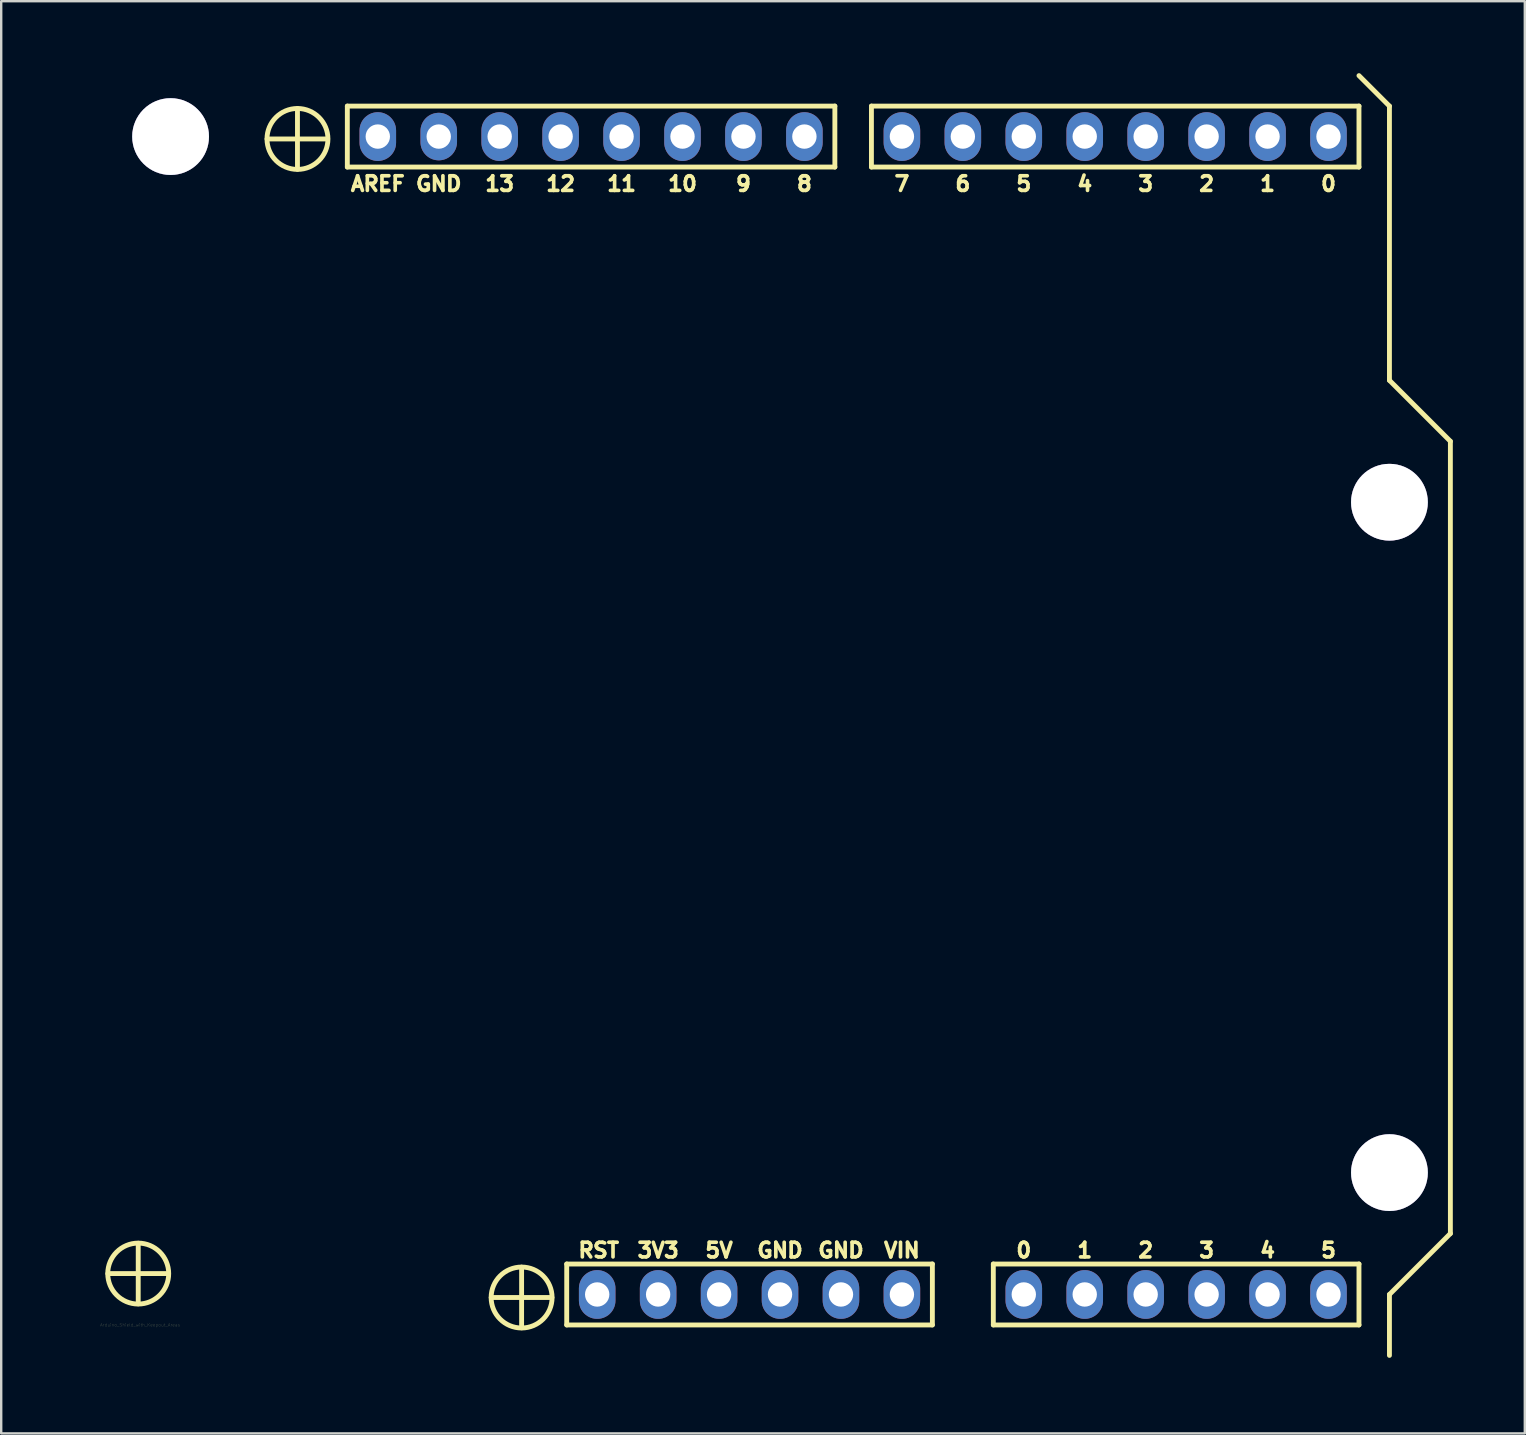
<source format=kicad_pcb>
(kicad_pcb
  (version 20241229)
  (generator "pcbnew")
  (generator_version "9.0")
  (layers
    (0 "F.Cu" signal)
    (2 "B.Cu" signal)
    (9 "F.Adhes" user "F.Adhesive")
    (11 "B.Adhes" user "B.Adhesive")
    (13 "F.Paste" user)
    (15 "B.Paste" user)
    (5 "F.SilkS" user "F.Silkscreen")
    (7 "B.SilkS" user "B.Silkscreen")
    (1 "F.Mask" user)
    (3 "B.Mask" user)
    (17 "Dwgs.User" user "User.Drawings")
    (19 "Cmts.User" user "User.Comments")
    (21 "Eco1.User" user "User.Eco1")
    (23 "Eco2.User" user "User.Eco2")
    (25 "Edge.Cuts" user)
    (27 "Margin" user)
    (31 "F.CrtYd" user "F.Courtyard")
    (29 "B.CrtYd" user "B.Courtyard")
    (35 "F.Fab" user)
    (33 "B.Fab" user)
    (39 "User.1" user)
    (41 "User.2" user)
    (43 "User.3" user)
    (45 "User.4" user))
  (footprint "Arduino_Shield_with_Keepout_Areas"
    (layer "F.Cu")
    (at 0.25 53.442)
    (property "Reference" "Arduino_Shield_with_Keepout_Areas" (at 2.54 -1.27 0) (layer "F.SilkS") (effects (font (size 0.127 0.127) (thickness 0.003))))
    (attr through_hole)
    (fp_line (start 2.461 -3.411) (end 1.196 -3.411) (stroke (width 0.203) (type solid)) (layer "F.SilkS"))
    (fp_line (start 2.461 -3.411) (end 2.461 -4.674) (stroke (width 0.203) (type solid)) (layer "F.SilkS"))
    (fp_line (start 2.461 -3.411) (end 2.461 -2.151) (stroke (width 0.203) (type solid)) (layer "F.SilkS"))
    (fp_line (start 2.461 -3.411) (end 3.721 -3.411) (stroke (width 0.203) (type solid)) (layer "F.SilkS"))
    (fp_line (start 9.098 -50.701) (end 7.831 -50.701) (stroke (width 0.203) (type solid)) (layer "F.SilkS"))
    (fp_line (start 9.098 -50.701) (end 9.098 -51.966) (stroke (width 0.203) (type solid)) (layer "F.SilkS"))
    (fp_line (start 9.098 -50.701) (end 9.098 -49.439) (stroke (width 0.203) (type solid)) (layer "F.SilkS"))
    (fp_line (start 9.098 -50.701) (end 10.356 -50.701) (stroke (width 0.203) (type solid)) (layer "F.SilkS"))
    (fp_line (start 11.176 -52.07) (end 11.176 -49.53) (stroke (width 0.203) (type solid)) (layer "F.SilkS"))
    (fp_line (start 11.176 -49.53) (end 31.496 -49.53) (stroke (width 0.203) (type solid)) (layer "F.SilkS"))
    (fp_line (start 18.44 -2.413) (end 17.173 -2.413) (stroke (width 0.203) (type solid)) (layer "F.SilkS"))
    (fp_line (start 18.44 -2.413) (end 18.44 -3.678) (stroke (width 0.203) (type solid)) (layer "F.SilkS"))
    (fp_line (start 18.44 -2.413) (end 18.44 -1.151) (stroke (width 0.203) (type solid)) (layer "F.SilkS"))
    (fp_line (start 18.44 -2.413) (end 19.703 -2.413) (stroke (width 0.203) (type solid)) (layer "F.SilkS"))
    (fp_line (start 20.32 -3.81) (end 20.32 -1.27) (stroke (width 0.203) (type solid)) (layer "F.SilkS"))
    (fp_line (start 20.32 -1.27) (end 35.56 -1.27) (stroke (width 0.203) (type solid)) (layer "F.SilkS"))
    (fp_line (start 31.496 -52.07) (end 11.176 -52.07) (stroke (width 0.203) (type solid)) (layer "F.SilkS"))
    (fp_line (start 31.496 -49.53) (end 31.496 -52.07) (stroke (width 0.203) (type solid)) (layer "F.SilkS"))
    (fp_line (start 33.02 -52.07) (end 33.02 -49.53) (stroke (width 0.203) (type solid)) (layer "F.SilkS"))
    (fp_line (start 33.02 -49.53) (end 53.34 -49.53) (stroke (width 0.203) (type solid)) (layer "F.SilkS"))
    (fp_line (start 35.56 -3.81) (end 20.32 -3.81) (stroke (width 0.203) (type solid)) (layer "F.SilkS"))
    (fp_line (start 35.56 -3.81) (end 35.56 -1.27) (stroke (width 0.203) (type solid)) (layer "F.SilkS"))
    (fp_line (start 38.1 -3.81) (end 53.34 -3.81) (stroke (width 0.203) (type solid)) (layer "F.SilkS"))
    (fp_line (start 38.1 -1.27) (end 38.1 -3.81) (stroke (width 0.203) (type solid)) (layer "F.SilkS"))
    (fp_line (start 53.34 -53.34) (end 54.61 -52.07) (stroke (width 0.203) (type solid)) (layer "F.SilkS"))
    (fp_line (start 53.34 -52.07) (end 33.02 -52.07) (stroke (width 0.203) (type solid)) (layer "F.SilkS"))
    (fp_line (start 53.34 -49.53) (end 53.34 -52.07) (stroke (width 0.203) (type solid)) (layer "F.SilkS"))
    (fp_line (start 53.34 -3.81) (end 53.34 -1.27) (stroke (width 0.203) (type solid)) (layer "F.SilkS"))
    (fp_line (start 53.34 -1.27) (end 38.1 -1.27) (stroke (width 0.203) (type solid)) (layer "F.SilkS"))
    (fp_line (start 54.61 -52.07) (end 54.61 -40.64) (stroke (width 0.203) (type solid)) (layer "F.SilkS"))
    (fp_line (start 54.61 -40.64) (end 57.15 -38.1) (stroke (width 0.203) (type solid)) (layer "F.SilkS"))
    (fp_line (start 54.61 -2.54) (end 54.61 0) (stroke (width 0.203) (type solid)) (layer "F.SilkS"))
    (fp_line (start 57.15 -5.08) (end 54.61 -2.54) (stroke (width 0.203) (type solid)) (layer "F.SilkS"))
    (fp_line (start 57.15 -5.08) (end 57.15 -38.1) (stroke (width 0.203) (type solid)) (layer "F.SilkS"))
    (fp_circle (center 2.461 -3.411) (end 3.731 -3.411) (stroke (width 0.203) (type solid)) (fill no) (layer "F.SilkS"))
    (fp_circle (center 9.098 -50.701) (end 10.368 -50.701) (stroke (width 0.203) (type solid)) (fill no) (layer "F.SilkS"))
    (fp_circle (center 18.44 -2.413) (end 19.71 -2.413) (stroke (width 0.203) (type solid)) (fill no) (layer "F.SilkS"))
    (fp_text user "8" (at 30.226 -48.831 0) (layer "F.SilkS") (effects (font (size 0.61 0.61) (thickness 0.152))))
    (fp_text user "2" (at 46.99 -48.831 0) (layer "F.SilkS") (effects (font (size 0.61 0.61) (thickness 0.152))))
    (fp_text user "4" (at 41.91 -48.831 0) (layer "F.SilkS") (effects (font (size 0.61 0.61) (thickness 0.152))))
    (fp_text user "1" (at 41.91 -4.381 0) (layer "F.SilkS") (effects (font (size 0.61 0.61) (thickness 0.152))))
    (fp_text user "11" (at 22.606 -48.831 0) (layer "F.SilkS") (effects (font (size 0.61 0.61) (thickness 0.152))))
    (fp_text user "3" (at 44.45 -48.831 0) (layer "F.SilkS") (effects (font (size 0.61 0.61) (thickness 0.152))))
    (fp_text user "5" (at 39.37 -48.831 0) (layer "F.SilkS") (effects (font (size 0.61 0.61) (thickness 0.152))))
    (fp_text user "10" (at 25.146 -48.831 0) (layer "F.SilkS") (effects (font (size 0.61 0.61) (thickness 0.152))))
    (fp_text user "VIN" (at 34.29 -4.381 0) (layer "F.SilkS") (effects (font (size 0.61 0.61) (thickness 0.152))))
    (fp_text user "5V" (at 26.67 -4.381 0) (layer "F.SilkS") (effects (font (size 0.61 0.61) (thickness 0.152))))
    (fp_text user "AREF" (at 12.446 -48.831 0) (layer "F.SilkS") (effects (font (size 0.61 0.61) (thickness 0.152))))
    (fp_text user "GND" (at 14.986 -48.831 0) (layer "F.SilkS") (effects (font (size 0.61 0.61) (thickness 0.152))))
    (fp_text user "9" (at 27.686 -48.831 0) (layer "F.SilkS") (effects (font (size 0.61 0.61) (thickness 0.152))))
    (fp_text user "7" (at 34.29 -48.831 0) (layer "F.SilkS") (effects (font (size 0.61 0.61) (thickness 0.152))))
    (fp_text user "4" (at 49.53 -4.381 0) (layer "F.SilkS") (effects (font (size 0.61 0.61) (thickness 0.152))))
    (fp_text user "0" (at 39.37 -4.381 0) (layer "F.SilkS") (effects (font (size 0.61 0.61) (thickness 0.152))))
    (fp_text user "5" (at 52.07 -4.381 0) (layer "F.SilkS") (effects (font (size 0.61 0.61) (thickness 0.152))))
    (fp_text user "1" (at 49.53 -48.831 0) (layer "F.SilkS") (effects (font (size 0.61 0.61) (thickness 0.152))))
    (fp_text user "GND" (at 31.75 -4.381 0) (layer "F.SilkS") (effects (font (size 0.61 0.61) (thickness 0.152))))
    (fp_text user "6" (at 36.83 -48.831 0) (layer "F.SilkS") (effects (font (size 0.61 0.61) (thickness 0.152))))
    (fp_text user "3V3" (at 24.13 -4.381 0) (layer "F.SilkS") (effects (font (size 0.61 0.61) (thickness 0.152))))
    (fp_text user "2" (at 44.45 -4.381 0) (layer "F.SilkS") (effects (font (size 0.61 0.61) (thickness 0.152))))
    (fp_text user "0" (at 52.07 -48.831 0) (layer "F.SilkS") (effects (font (size 0.61 0.61) (thickness 0.152))))
    (fp_text user "GND" (at 29.21 -4.381 0) (layer "F.SilkS") (effects (font (size 0.61 0.61) (thickness 0.152))))
    (fp_text user "12" (at 20.066 -48.831 0) (layer "F.SilkS") (effects (font (size 0.61 0.61) (thickness 0.152))))
    (fp_text user "RST" (at 21.654 -4.381 0) (layer "F.SilkS") (effects (font (size 0.61 0.61) (thickness 0.152))))
    (fp_text user "3" (at 46.99 -4.381 0) (layer "F.SilkS") (effects (font (size 0.61 0.61) (thickness 0.152))))
    (fp_text user "13" (at 17.526 -48.831 0) (layer "F.SilkS") (effects (font (size 0.61 0.61) (thickness 0.152))))
    (pad "0" thru_hole circle (at 3.81 -50.8) (size 3.2 3.2) (drill 3.2) (layers "*.Cu"))
    (pad "0" thru_hole circle (at 54.61 -35.56) (size 3.2 3.2) (drill 3.2) (layers "*.Cu"))
    (pad "0" thru_hole circle (at 54.61 -7.62) (size 3.2 3.2) (drill 3.2) (layers "*.Cu"))
    (pad "1" thru_hole oval (at 52.07 -50.8) (size 1.524 2.032) (drill 1.016) (layers "*.Cu" "*.Mask"))
    (pad "2" thru_hole oval (at 49.53 -50.8) (size 1.524 2.032) (drill 1.016) (layers "*.Cu" "*.Mask"))
    (pad "3" thru_hole oval (at 46.99 -50.8) (size 1.524 2.032) (drill 1.016) (layers "*.Cu" "*.Mask"))
    (pad "4" thru_hole oval (at 44.45 -50.8) (size 1.524 2.032) (drill 1.016) (layers "*.Cu" "*.Mask"))
    (pad "5" thru_hole oval (at 41.91 -50.8) (size 1.524 2.032) (drill 1.016) (layers "*.Cu" "*.Mask"))
    (pad "6" thru_hole oval (at 39.37 -50.8) (size 1.524 2.032) (drill 1.016) (layers "*.Cu" "*.Mask"))
    (pad "7" thru_hole oval (at 36.83 -50.8) (size 1.524 2.032) (drill 1.016) (layers "*.Cu" "*.Mask"))
    (pad "8" thru_hole oval (at 34.29 -50.8) (size 1.524 2.032) (drill 1.016) (layers "*.Cu" "*.Mask"))
    (pad "9" thru_hole oval (at 30.226 -50.8) (size 1.524 2.032) (drill 1.016) (layers "*.Cu" "*.Mask"))
    (pad "10" thru_hole oval (at 27.686 -50.8) (size 1.524 2.032) (drill 1.016) (layers "*.Cu" "*.Mask"))
    (pad "11" thru_hole oval (at 25.146 -50.8) (size 1.524 2.032) (drill 1.016) (layers "*.Cu" "*.Mask"))
    (pad "12" thru_hole oval (at 22.606 -50.8) (size 1.524 2.032) (drill 1.016) (layers "*.Cu" "*.Mask"))
    (pad "13" thru_hole oval (at 20.066 -50.8) (size 1.524 2.032) (drill 1.016) (layers "*.Cu" "*.Mask"))
    (pad "14" thru_hole oval (at 17.526 -50.8) (size 1.524 2.032) (drill 1.016) (layers "*.Cu" "*.Mask"))
    (pad "15" thru_hole oval (at 14.986 -50.8) (size 1.524 1.981) (drill 1.016) (layers "*.Cu" "*.Mask"))
    (pad "16" thru_hole oval (at 12.446 -50.8) (size 1.524 2.032) (drill 1.016) (layers "*.Cu" "*.Mask"))
    (pad "17" thru_hole oval (at 52.07 -2.54) (size 1.524 2.032) (drill 1.016) (layers "*.Cu" "*.Mask"))
    (pad "18" thru_hole oval (at 49.53 -2.54) (size 1.524 2.032) (drill 1.016) (layers "*.Cu" "*.Mask"))
    (pad "19" thru_hole oval (at 46.99 -2.54) (size 1.524 2.032) (drill 1.016) (layers "*.Cu" "*.Mask"))
    (pad "20" thru_hole oval (at 44.45 -2.54) (size 1.524 2.032) (drill 1.016) (layers "*.Cu" "*.Mask"))
    (pad "21" thru_hole oval (at 41.91 -2.54) (size 1.524 2.032) (drill 1.016) (layers "*.Cu" "*.Mask"))
    (pad "22" thru_hole oval (at 39.37 -2.54) (size 1.524 2.032) (drill 1.016) (layers "*.Cu" "*.Mask"))
    (pad "23" thru_hole oval (at 34.29 -2.54) (size 1.524 2.032) (drill 1.016) (layers "*.Cu" "*.Mask"))
    (pad "24" thru_hole oval (at 31.75 -2.54) (size 1.524 2.032) (drill 1.016) (layers "*.Cu" "*.Mask"))
    (pad "25" thru_hole oval (at 29.21 -2.54) (size 1.524 2.032) (drill 1.016) (layers "*.Cu" "*.Mask"))
    (pad "26" thru_hole oval (at 26.67 -2.54) (size 1.524 2.032) (drill 1.016) (layers "*.Cu" "*.Mask"))
    (pad "27" thru_hole oval (at 24.13 -2.54) (size 1.524 2.032) (drill 1.016) (layers "*.Cu" "*.Mask"))
    (pad "28" thru_hole oval (at 21.59 -2.54) (size 1.524 2.032) (drill 1.016) (layers "*.Cu" "*.Mask")))
  (gr_rect
    (start -3 -3)
    (end 60.502 56.692)
    (stroke (width 0.1) (type default))
    (fill no)
    (layer "Edge.Cuts")))
</source>
